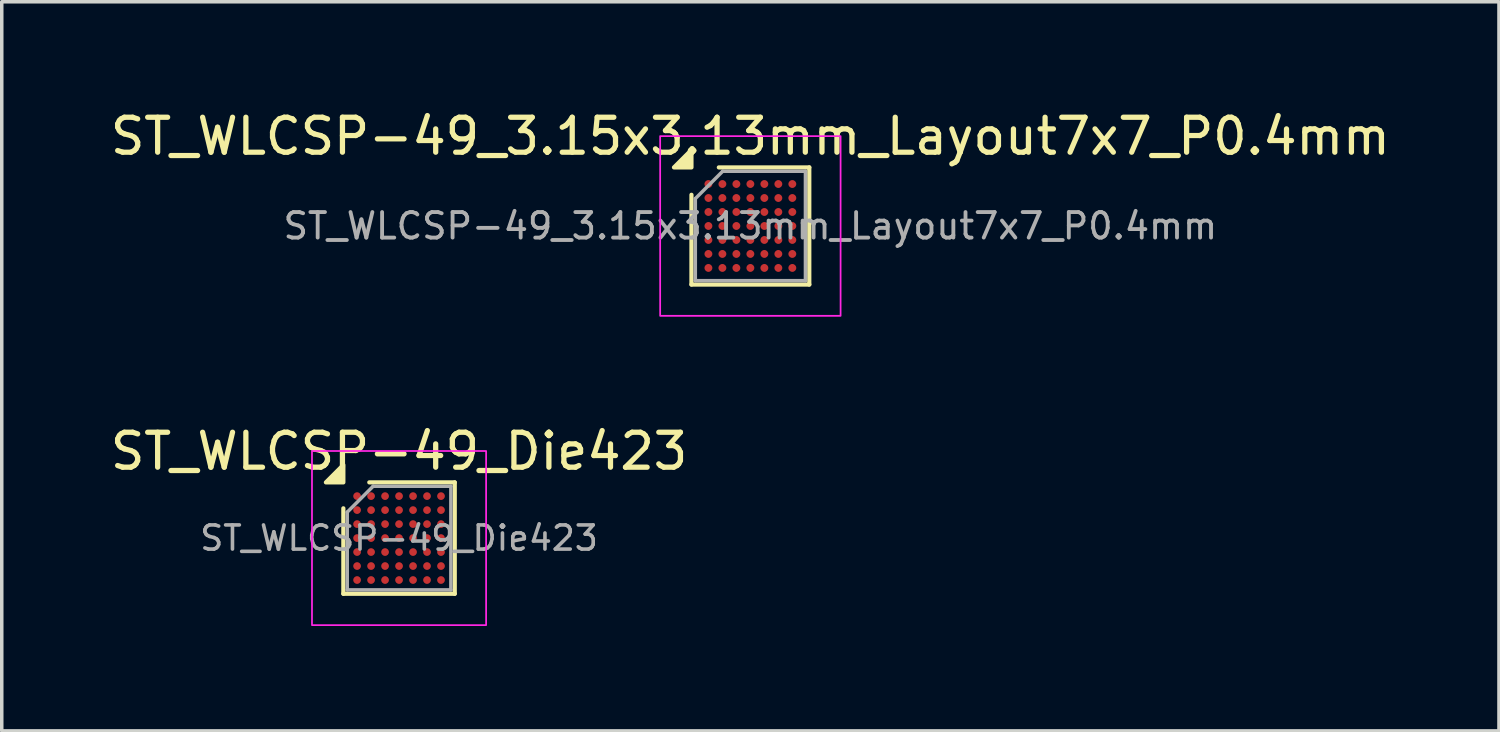
<source format=kicad_pcb>
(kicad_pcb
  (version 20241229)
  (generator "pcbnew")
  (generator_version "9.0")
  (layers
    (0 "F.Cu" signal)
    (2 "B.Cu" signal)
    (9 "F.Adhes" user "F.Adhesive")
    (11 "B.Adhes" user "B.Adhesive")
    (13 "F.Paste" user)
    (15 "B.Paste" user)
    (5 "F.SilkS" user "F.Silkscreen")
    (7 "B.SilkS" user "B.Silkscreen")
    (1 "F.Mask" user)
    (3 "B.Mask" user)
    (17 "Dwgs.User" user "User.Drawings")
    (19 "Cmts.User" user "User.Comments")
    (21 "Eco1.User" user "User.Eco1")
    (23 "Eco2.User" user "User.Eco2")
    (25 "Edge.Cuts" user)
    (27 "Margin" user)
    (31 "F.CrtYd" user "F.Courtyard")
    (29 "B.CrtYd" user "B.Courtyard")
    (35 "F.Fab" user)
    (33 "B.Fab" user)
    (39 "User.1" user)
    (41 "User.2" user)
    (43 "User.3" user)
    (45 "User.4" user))
  (footprint "ST_WLCSP-49_Die423"
    (layer "F.Cu")
    (at 8.363 12.339)
    (property "Reference" "ST_WLCSP-49_Die423" (at 0 -2.482 0) (layer "F.SilkS") (effects (font (size 1 1) (thickness 0.15))))
    (attr smd)
    (fp_line (start -1.593 1.593) (end -1.593 -0.851) (stroke (width 0.12) (type solid)) (layer "F.SilkS"))
    (fp_line (start -0.851 -1.593) (end 1.593 -1.593) (stroke (width 0.12) (type solid)) (layer "F.SilkS"))
    (fp_line (start 1.593 -1.593) (end 1.593 1.593) (stroke (width 0.12) (type solid)) (layer "F.SilkS"))
    (fp_line (start 1.593 1.593) (end -1.593 1.593) (stroke (width 0.12) (type solid)) (layer "F.SilkS"))
    (fp_poly (pts (xy -1.593 -1.593) (xy -2.092 -1.593) (xy -1.593 -2.092)) (stroke (width 0.12) (type solid)) (fill yes) (layer "F.SilkS"))
    (fp_rect (start -2.49 -2.49) (end 2.49 2.49) (stroke (width 0.05) (type solid)) (fill no) (layer "F.CrtYd"))
    (fp_line (start -1.482 -0.741) (end -0.741 -1.482) (stroke (width 0.1) (type solid)) (layer "F.Fab"))
    (fp_line (start -1.482 1.482) (end -1.482 -0.741) (stroke (width 0.1) (type solid)) (layer "F.Fab"))
    (fp_line (start -0.741 -1.482) (end 1.482 -1.482) (stroke (width 0.1) (type solid)) (layer "F.Fab"))
    (fp_line (start 1.482 -1.482) (end 1.482 1.482) (stroke (width 0.1) (type solid)) (layer "F.Fab"))
    (fp_line (start 1.482 1.482) (end -1.482 1.482) (stroke (width 0.1) (type solid)) (layer "F.Fab"))
    (fp_text user "${REFERENCE}" (at 0 0 0) (layer "F.Fab") (effects (font (size 0.69 0.69) (thickness 0.103))))
    (pad "A1" smd circle (at -1.2 -1.2) (size 0.22 0.22) (property pad_prop_bga) (layers "F.Cu" "F.Mask" "F.Paste"))
    (pad "A2" smd circle (at -0.8 -1.2) (size 0.22 0.22) (property pad_prop_bga) (layers "F.Cu" "F.Mask" "F.Paste"))
    (pad "A3" smd circle (at -0.4 -1.2) (size 0.22 0.22) (property pad_prop_bga) (layers "F.Cu" "F.Mask" "F.Paste"))
    (pad "A4" smd circle (at 0 -1.2) (size 0.22 0.22) (property pad_prop_bga) (layers "F.Cu" "F.Mask" "F.Paste"))
    (pad "A5" smd circle (at 0.4 -1.2) (size 0.22 0.22) (property pad_prop_bga) (layers "F.Cu" "F.Mask" "F.Paste"))
    (pad "A6" smd circle (at 0.8 -1.2) (size 0.22 0.22) (property pad_prop_bga) (layers "F.Cu" "F.Mask" "F.Paste"))
    (pad "A7" smd circle (at 1.2 -1.2) (size 0.22 0.22) (property pad_prop_bga) (layers "F.Cu" "F.Mask" "F.Paste"))
    (pad "B1" smd circle (at -1.2 -0.8) (size 0.22 0.22) (property pad_prop_bga) (layers "F.Cu" "F.Mask" "F.Paste"))
    (pad "B2" smd circle (at -0.8 -0.8) (size 0.22 0.22) (property pad_prop_bga) (layers "F.Cu" "F.Mask" "F.Paste"))
    (pad "B3" smd circle (at -0.4 -0.8) (size 0.22 0.22) (property pad_prop_bga) (layers "F.Cu" "F.Mask" "F.Paste"))
    (pad "B4" smd circle (at 0 -0.8) (size 0.22 0.22) (property pad_prop_bga) (layers "F.Cu" "F.Mask" "F.Paste"))
    (pad "B5" smd circle (at 0.4 -0.8) (size 0.22 0.22) (property pad_prop_bga) (layers "F.Cu" "F.Mask" "F.Paste"))
    (pad "B6" smd circle (at 0.8 -0.8) (size 0.22 0.22) (property pad_prop_bga) (layers "F.Cu" "F.Mask" "F.Paste"))
    (pad "B7" smd circle (at 1.2 -0.8) (size 0.22 0.22) (property pad_prop_bga) (layers "F.Cu" "F.Mask" "F.Paste"))
    (pad "C1" smd circle (at -1.2 -0.4) (size 0.22 0.22) (property pad_prop_bga) (layers "F.Cu" "F.Mask" "F.Paste"))
    (pad "C2" smd circle (at -0.8 -0.4) (size 0.22 0.22) (property pad_prop_bga) (layers "F.Cu" "F.Mask" "F.Paste"))
    (pad "C3" smd circle (at -0.4 -0.4) (size 0.22 0.22) (property pad_prop_bga) (layers "F.Cu" "F.Mask" "F.Paste"))
    (pad "C4" smd circle (at 0 -0.4) (size 0.22 0.22) (property pad_prop_bga) (layers "F.Cu" "F.Mask" "F.Paste"))
    (pad "C5" smd circle (at 0.4 -0.4) (size 0.22 0.22) (property pad_prop_bga) (layers "F.Cu" "F.Mask" "F.Paste"))
    (pad "C6" smd circle (at 0.8 -0.4) (size 0.22 0.22) (property pad_prop_bga) (layers "F.Cu" "F.Mask" "F.Paste"))
    (pad "C7" smd circle (at 1.2 -0.4) (size 0.22 0.22) (property pad_prop_bga) (layers "F.Cu" "F.Mask" "F.Paste"))
    (pad "D1" smd circle (at -1.2 0) (size 0.22 0.22) (property pad_prop_bga) (layers "F.Cu" "F.Mask" "F.Paste"))
    (pad "D2" smd circle (at -0.8 0) (size 0.22 0.22) (property pad_prop_bga) (layers "F.Cu" "F.Mask" "F.Paste"))
    (pad "D3" smd circle (at -0.4 0) (size 0.22 0.22) (property pad_prop_bga) (layers "F.Cu" "F.Mask" "F.Paste"))
    (pad "D4" smd circle (at 0 0) (size 0.22 0.22) (property pad_prop_bga) (layers "F.Cu" "F.Mask" "F.Paste"))
    (pad "D5" smd circle (at 0.4 0) (size 0.22 0.22) (property pad_prop_bga) (layers "F.Cu" "F.Mask" "F.Paste"))
    (pad "D6" smd circle (at 0.8 0) (size 0.22 0.22) (property pad_prop_bga) (layers "F.Cu" "F.Mask" "F.Paste"))
    (pad "D7" smd circle (at 1.2 0) (size 0.22 0.22) (property pad_prop_bga) (layers "F.Cu" "F.Mask" "F.Paste"))
    (pad "E1" smd circle (at -1.2 0.4) (size 0.22 0.22) (property pad_prop_bga) (layers "F.Cu" "F.Mask" "F.Paste"))
    (pad "E2" smd circle (at -0.8 0.4) (size 0.22 0.22) (property pad_prop_bga) (layers "F.Cu" "F.Mask" "F.Paste"))
    (pad "E3" smd circle (at -0.4 0.4) (size 0.22 0.22) (property pad_prop_bga) (layers "F.Cu" "F.Mask" "F.Paste"))
    (pad "E4" smd circle (at 0 0.4) (size 0.22 0.22) (property pad_prop_bga) (layers "F.Cu" "F.Mask" "F.Paste"))
    (pad "E5" smd circle (at 0.4 0.4) (size 0.22 0.22) (property pad_prop_bga) (layers "F.Cu" "F.Mask" "F.Paste"))
    (pad "E6" smd circle (at 0.8 0.4) (size 0.22 0.22) (property pad_prop_bga) (layers "F.Cu" "F.Mask" "F.Paste"))
    (pad "E7" smd circle (at 1.2 0.4) (size 0.22 0.22) (property pad_prop_bga) (layers "F.Cu" "F.Mask" "F.Paste"))
    (pad "F1" smd circle (at -1.2 0.8) (size 0.22 0.22) (property pad_prop_bga) (layers "F.Cu" "F.Mask" "F.Paste"))
    (pad "F2" smd circle (at -0.8 0.8) (size 0.22 0.22) (property pad_prop_bga) (layers "F.Cu" "F.Mask" "F.Paste"))
    (pad "F3" smd circle (at -0.4 0.8) (size 0.22 0.22) (property pad_prop_bga) (layers "F.Cu" "F.Mask" "F.Paste"))
    (pad "F4" smd circle (at 0 0.8) (size 0.22 0.22) (property pad_prop_bga) (layers "F.Cu" "F.Mask" "F.Paste"))
    (pad "F5" smd circle (at 0.4 0.8) (size 0.22 0.22) (property pad_prop_bga) (layers "F.Cu" "F.Mask" "F.Paste"))
    (pad "F6" smd circle (at 0.8 0.8) (size 0.22 0.22) (property pad_prop_bga) (layers "F.Cu" "F.Mask" "F.Paste"))
    (pad "F7" smd circle (at 1.2 0.8) (size 0.22 0.22) (property pad_prop_bga) (layers "F.Cu" "F.Mask" "F.Paste"))
    (pad "G1" smd circle (at -1.2 1.2) (size 0.22 0.22) (property pad_prop_bga) (layers "F.Cu" "F.Mask" "F.Paste"))
    (pad "G2" smd circle (at -0.8 1.2) (size 0.22 0.22) (property pad_prop_bga) (layers "F.Cu" "F.Mask" "F.Paste"))
    (pad "G3" smd circle (at -0.4 1.2) (size 0.22 0.22) (property pad_prop_bga) (layers "F.Cu" "F.Mask" "F.Paste"))
    (pad "G4" smd circle (at 0 1.2) (size 0.22 0.22) (property pad_prop_bga) (layers "F.Cu" "F.Mask" "F.Paste"))
    (pad "G5" smd circle (at 0.4 1.2) (size 0.22 0.22) (property pad_prop_bga) (layers "F.Cu" "F.Mask" "F.Paste"))
    (pad "G6" smd circle (at 0.8 1.2) (size 0.22 0.22) (property pad_prop_bga) (layers "F.Cu" "F.Mask" "F.Paste"))
    (pad "G7" smd circle (at 1.2 1.2) (size 0.22 0.22) (property pad_prop_bga) (layers "F.Cu" "F.Mask" "F.Paste")))
  (footprint "ST_WLCSP-49_3.15x3.13mm_Layout7x7_P0.4mm"
    (layer "F.Cu")
    (at 18.411 3.413)
    (property "Reference" "ST_WLCSP-49_3.15x3.13mm_Layout7x7_P0.4mm" (at 0 -2.565 0) (layer "F.SilkS") (effects (font (size 1 1) (thickness 0.15))))
    (attr smd)
    (fp_line (start -1.685 1.675) (end -1.685 -0.892) (stroke (width 0.12) (type solid)) (layer "F.SilkS"))
    (fp_line (start -0.902 -1.675) (end 1.685 -1.675) (stroke (width 0.12) (type solid)) (layer "F.SilkS"))
    (fp_line (start 1.685 -1.675) (end 1.685 1.675) (stroke (width 0.12) (type solid)) (layer "F.SilkS"))
    (fp_line (start 1.685 1.675) (end -1.685 1.675) (stroke (width 0.12) (type solid)) (layer "F.SilkS"))
    (fp_poly (pts (xy -1.685 -1.675) (xy -2.185 -1.675) (xy -1.685 -2.175)) (stroke (width 0.12) (type solid)) (fill yes) (layer "F.SilkS"))
    (fp_rect (start -2.58 -2.57) (end 2.58 2.57) (stroke (width 0.05) (type solid)) (fill no) (layer "F.CrtYd"))
    (fp_line (start -1.575 -0.782) (end -0.792 -1.565) (stroke (width 0.1) (type solid)) (layer "F.Fab"))
    (fp_line (start -1.575 1.565) (end -1.575 -0.782) (stroke (width 0.1) (type solid)) (layer "F.Fab"))
    (fp_line (start -0.792 -1.565) (end 1.575 -1.565) (stroke (width 0.1) (type solid)) (layer "F.Fab"))
    (fp_line (start 1.575 -1.565) (end 1.575 1.565) (stroke (width 0.1) (type solid)) (layer "F.Fab"))
    (fp_line (start 1.575 1.565) (end -1.575 1.565) (stroke (width 0.1) (type solid)) (layer "F.Fab"))
    (fp_text user "${REFERENCE}" (at 0 0 0) (layer "F.Fab") (effects (font (size 0.73 0.73) (thickness 0.11))))
    (pad "A1" smd circle (at -1.2 -1.2) (size 0.225 0.225) (property pad_prop_bga) (layers "F.Cu" "F.Mask" "F.Paste"))
    (pad "A2" smd circle (at -0.8 -1.2) (size 0.225 0.225) (property pad_prop_bga) (layers "F.Cu" "F.Mask" "F.Paste"))
    (pad "A3" smd circle (at -0.4 -1.2) (size 0.225 0.225) (property pad_prop_bga) (layers "F.Cu" "F.Mask" "F.Paste"))
    (pad "A4" smd circle (at 0 -1.2) (size 0.225 0.225) (property pad_prop_bga) (layers "F.Cu" "F.Mask" "F.Paste"))
    (pad "A5" smd circle (at 0.4 -1.2) (size 0.225 0.225) (property pad_prop_bga) (layers "F.Cu" "F.Mask" "F.Paste"))
    (pad "A6" smd circle (at 0.8 -1.2) (size 0.225 0.225) (property pad_prop_bga) (layers "F.Cu" "F.Mask" "F.Paste"))
    (pad "A7" smd circle (at 1.2 -1.2) (size 0.225 0.225) (property pad_prop_bga) (layers "F.Cu" "F.Mask" "F.Paste"))
    (pad "B1" smd circle (at -1.2 -0.8) (size 0.225 0.225) (property pad_prop_bga) (layers "F.Cu" "F.Mask" "F.Paste"))
    (pad "B2" smd circle (at -0.8 -0.8) (size 0.225 0.225) (property pad_prop_bga) (layers "F.Cu" "F.Mask" "F.Paste"))
    (pad "B3" smd circle (at -0.4 -0.8) (size 0.225 0.225) (property pad_prop_bga) (layers "F.Cu" "F.Mask" "F.Paste"))
    (pad "B4" smd circle (at 0 -0.8) (size 0.225 0.225) (property pad_prop_bga) (layers "F.Cu" "F.Mask" "F.Paste"))
    (pad "B5" smd circle (at 0.4 -0.8) (size 0.225 0.225) (property pad_prop_bga) (layers "F.Cu" "F.Mask" "F.Paste"))
    (pad "B6" smd circle (at 0.8 -0.8) (size 0.225 0.225) (property pad_prop_bga) (layers "F.Cu" "F.Mask" "F.Paste"))
    (pad "B7" smd circle (at 1.2 -0.8) (size 0.225 0.225) (property pad_prop_bga) (layers "F.Cu" "F.Mask" "F.Paste"))
    (pad "C1" smd circle (at -1.2 -0.4) (size 0.225 0.225) (property pad_prop_bga) (layers "F.Cu" "F.Mask" "F.Paste"))
    (pad "C2" smd circle (at -0.8 -0.4) (size 0.225 0.225) (property pad_prop_bga) (layers "F.Cu" "F.Mask" "F.Paste"))
    (pad "C3" smd circle (at -0.4 -0.4) (size 0.225 0.225) (property pad_prop_bga) (layers "F.Cu" "F.Mask" "F.Paste"))
    (pad "C4" smd circle (at 0 -0.4) (size 0.225 0.225) (property pad_prop_bga) (layers "F.Cu" "F.Mask" "F.Paste"))
    (pad "C5" smd circle (at 0.4 -0.4) (size 0.225 0.225) (property pad_prop_bga) (layers "F.Cu" "F.Mask" "F.Paste"))
    (pad "C6" smd circle (at 0.8 -0.4) (size 0.225 0.225) (property pad_prop_bga) (layers "F.Cu" "F.Mask" "F.Paste"))
    (pad "C7" smd circle (at 1.2 -0.4) (size 0.225 0.225) (property pad_prop_bga) (layers "F.Cu" "F.Mask" "F.Paste"))
    (pad "D1" smd circle (at -1.2 0) (size 0.225 0.225) (property pad_prop_bga) (layers "F.Cu" "F.Mask" "F.Paste"))
    (pad "D2" smd circle (at -0.8 0) (size 0.225 0.225) (property pad_prop_bga) (layers "F.Cu" "F.Mask" "F.Paste"))
    (pad "D3" smd circle (at -0.4 0) (size 0.225 0.225) (property pad_prop_bga) (layers "F.Cu" "F.Mask" "F.Paste"))
    (pad "D4" smd circle (at 0 0) (size 0.225 0.225) (property pad_prop_bga) (layers "F.Cu" "F.Mask" "F.Paste"))
    (pad "D5" smd circle (at 0.4 0) (size 0.225 0.225) (property pad_prop_bga) (layers "F.Cu" "F.Mask" "F.Paste"))
    (pad "D6" smd circle (at 0.8 0) (size 0.225 0.225) (property pad_prop_bga) (layers "F.Cu" "F.Mask" "F.Paste"))
    (pad "D7" smd circle (at 1.2 0) (size 0.225 0.225) (property pad_prop_bga) (layers "F.Cu" "F.Mask" "F.Paste"))
    (pad "E1" smd circle (at -1.2 0.4) (size 0.225 0.225) (property pad_prop_bga) (layers "F.Cu" "F.Mask" "F.Paste"))
    (pad "E2" smd circle (at -0.8 0.4) (size 0.225 0.225) (property pad_prop_bga) (layers "F.Cu" "F.Mask" "F.Paste"))
    (pad "E3" smd circle (at -0.4 0.4) (size 0.225 0.225) (property pad_prop_bga) (layers "F.Cu" "F.Mask" "F.Paste"))
    (pad "E4" smd circle (at 0 0.4) (size 0.225 0.225) (property pad_prop_bga) (layers "F.Cu" "F.Mask" "F.Paste"))
    (pad "E5" smd circle (at 0.4 0.4) (size 0.225 0.225) (property pad_prop_bga) (layers "F.Cu" "F.Mask" "F.Paste"))
    (pad "E6" smd circle (at 0.8 0.4) (size 0.225 0.225) (property pad_prop_bga) (layers "F.Cu" "F.Mask" "F.Paste"))
    (pad "E7" smd circle (at 1.2 0.4) (size 0.225 0.225) (property pad_prop_bga) (layers "F.Cu" "F.Mask" "F.Paste"))
    (pad "F1" smd circle (at -1.2 0.8) (size 0.225 0.225) (property pad_prop_bga) (layers "F.Cu" "F.Mask" "F.Paste"))
    (pad "F2" smd circle (at -0.8 0.8) (size 0.225 0.225) (property pad_prop_bga) (layers "F.Cu" "F.Mask" "F.Paste"))
    (pad "F3" smd circle (at -0.4 0.8) (size 0.225 0.225) (property pad_prop_bga) (layers "F.Cu" "F.Mask" "F.Paste"))
    (pad "F4" smd circle (at 0 0.8) (size 0.225 0.225) (property pad_prop_bga) (layers "F.Cu" "F.Mask" "F.Paste"))
    (pad "F5" smd circle (at 0.4 0.8) (size 0.225 0.225) (property pad_prop_bga) (layers "F.Cu" "F.Mask" "F.Paste"))
    (pad "F6" smd circle (at 0.8 0.8) (size 0.225 0.225) (property pad_prop_bga) (layers "F.Cu" "F.Mask" "F.Paste"))
    (pad "F7" smd circle (at 1.2 0.8) (size 0.225 0.225) (property pad_prop_bga) (layers "F.Cu" "F.Mask" "F.Paste"))
    (pad "G1" smd circle (at -1.2 1.2) (size 0.225 0.225) (property pad_prop_bga) (layers "F.Cu" "F.Mask" "F.Paste"))
    (pad "G2" smd circle (at -0.8 1.2) (size 0.225 0.225) (property pad_prop_bga) (layers "F.Cu" "F.Mask" "F.Paste"))
    (pad "G3" smd circle (at -0.4 1.2) (size 0.225 0.225) (property pad_prop_bga) (layers "F.Cu" "F.Mask" "F.Paste"))
    (pad "G4" smd circle (at 0 1.2) (size 0.225 0.225) (property pad_prop_bga) (layers "F.Cu" "F.Mask" "F.Paste"))
    (pad "G5" smd circle (at 0.4 1.2) (size 0.225 0.225) (property pad_prop_bga) (layers "F.Cu" "F.Mask" "F.Paste"))
    (pad "G6" smd circle (at 0.8 1.2) (size 0.225 0.225) (property pad_prop_bga) (layers "F.Cu" "F.Mask" "F.Paste"))
    (pad "G7" smd circle (at 1.2 1.2) (size 0.225 0.225) (property pad_prop_bga) (layers "F.Cu" "F.Mask" "F.Paste")))
  (gr_rect
    (start -3 -3)
    (end 39.821 17.854)
    (stroke (width 0.1) (type default))
    (fill no)
    (layer "Edge.Cuts")))
</source>
